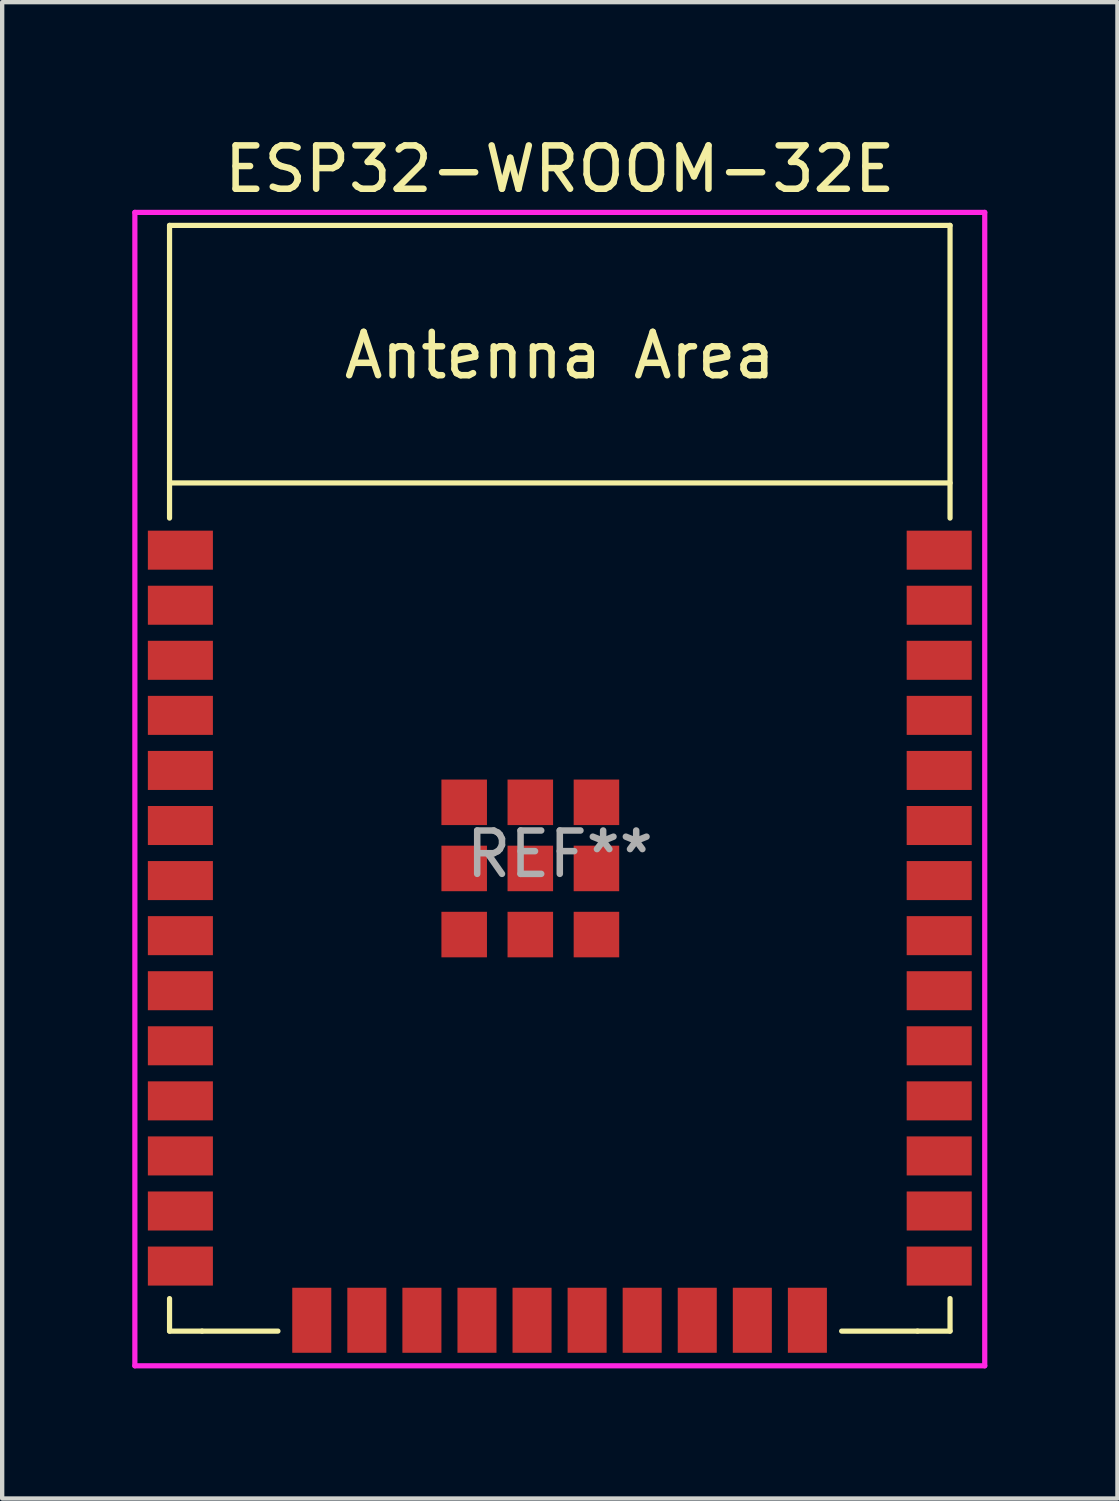
<source format=kicad_pcb>
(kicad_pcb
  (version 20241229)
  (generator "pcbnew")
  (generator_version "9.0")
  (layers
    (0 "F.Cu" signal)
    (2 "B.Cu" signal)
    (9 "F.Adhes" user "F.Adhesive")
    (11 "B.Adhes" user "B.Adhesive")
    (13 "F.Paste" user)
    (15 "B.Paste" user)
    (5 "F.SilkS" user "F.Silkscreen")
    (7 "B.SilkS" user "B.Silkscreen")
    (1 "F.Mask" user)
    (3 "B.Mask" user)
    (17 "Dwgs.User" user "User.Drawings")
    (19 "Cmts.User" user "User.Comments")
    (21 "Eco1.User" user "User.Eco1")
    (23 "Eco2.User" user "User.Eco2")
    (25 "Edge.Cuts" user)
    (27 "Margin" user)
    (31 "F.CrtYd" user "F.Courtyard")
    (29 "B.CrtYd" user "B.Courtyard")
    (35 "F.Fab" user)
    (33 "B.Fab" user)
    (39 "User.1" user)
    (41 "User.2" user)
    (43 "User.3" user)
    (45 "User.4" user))
  (footprint "ESP32-WROOM-32E"
    (layer "F.Cu")
    (at 9.86 16.648)
    (property "Reference" "ESP32-WROOM-32E" (at 0 -15.8 0) (layer "F.SilkS") (effects (font (size 1 1) (thickness 0.15))))
    (attr smd)
    (fp_line (start -9 -14.5) (end -9 -7.75) (stroke (width 0.12) (type solid)) (layer "F.SilkS"))
    (fp_line (start -9 -14.5) (end 9 -14.5) (stroke (width 0.12) (type solid)) (layer "F.SilkS"))
    (fp_line (start -9 10.25) (end -9 11) (stroke (width 0.12) (type solid)) (layer "F.SilkS"))
    (fp_line (start -9 11) (end -8.25 11) (stroke (width 0.12) (type solid)) (layer "F.SilkS"))
    (fp_line (start -8.25 11) (end -6.5 11) (stroke (width 0.12) (type solid)) (layer "F.SilkS"))
    (fp_line (start 8.25 11) (end 6.5 11) (stroke (width 0.12) (type solid)) (layer "F.SilkS"))
    (fp_line (start 9 -14.5) (end 9 -7.75) (stroke (width 0.12) (type solid)) (layer "F.SilkS"))
    (fp_line (start 9 -8.56) (end -9 -8.56) (stroke (width 0.12) (type solid)) (layer "F.SilkS"))
    (fp_line (start 9 10.25) (end 9 11) (stroke (width 0.12) (type solid)) (layer "F.SilkS"))
    (fp_line (start 9 11) (end 8.25 11) (stroke (width 0.12) (type solid)) (layer "F.SilkS"))
    (fp_line (start -9 -14.5) (end 9 -14.5) (stroke (width 0.12) (type solid)) (layer "Eco2.User"))
    (fp_line (start -9 -8.56) (end 9 -8.56) (stroke (width 0.12) (type solid)) (layer "Eco2.User"))
    (fp_line (start -9 11) (end -9 -14.5) (stroke (width 0.12) (type solid)) (layer "Eco2.User"))
    (fp_line (start 9 -14.5) (end 9 11) (stroke (width 0.12) (type solid)) (layer "Eco2.User"))
    (fp_line (start 9 11) (end -9 11) (stroke (width 0.12) (type solid)) (layer "Eco2.User"))
    (fp_line (start -9.8 -14.8) (end -9.8 11.8) (stroke (width 0.12) (type solid)) (layer "F.CrtYd"))
    (fp_line (start -9.8 11.8) (end 9.8 11.8) (stroke (width 0.12) (type solid)) (layer "F.CrtYd"))
    (fp_line (start 9.8 -14.8) (end -9.8 -14.8) (stroke (width 0.12) (type solid)) (layer "F.CrtYd"))
    (fp_line (start 9.8 -14.8) (end 9.8 11.8) (stroke (width 0.12) (type solid)) (layer "F.CrtYd"))
    (fp_text user "Antenna Area" (at 0 -11.5 0) (layer "F.SilkS") (effects (font (size 1 1) (thickness 0.15))))
    (fp_text user "Antenna Area" (at 0 -11.5 0) (layer "Eco2.User") (effects (font (size 1 1) (thickness 0.15))))
    (fp_text user "REF**" (at 0 0 0) (layer "F.Fab") (effects (font (size 1 1) (thickness 0.15))))
    (pad "1" smd rect (at -8.75 -7.01) (size 1.5 0.9) (layers "F.Cu" "F.Mask" "F.Paste"))
    (pad "2" smd rect (at -8.75 -5.74) (size 1.5 0.9) (layers "F.Cu" "F.Mask" "F.Paste"))
    (pad "3" smd rect (at -8.75 -4.47) (size 1.5 0.9) (layers "F.Cu" "F.Mask" "F.Paste"))
    (pad "4" smd rect (at -8.75 -3.2) (size 1.5 0.9) (layers "F.Cu" "F.Mask" "F.Paste"))
    (pad "5" smd rect (at -8.75 -1.93) (size 1.5 0.9) (layers "F.Cu" "F.Mask" "F.Paste"))
    (pad "6" smd rect (at -8.75 -0.66) (size 1.5 0.9) (layers "F.Cu" "F.Mask" "F.Paste"))
    (pad "7" smd rect (at -8.75 0.61) (size 1.5 0.9) (layers "F.Cu" "F.Mask" "F.Paste"))
    (pad "8" smd rect (at -8.75 1.88) (size 1.5 0.9) (layers "F.Cu" "F.Mask" "F.Paste"))
    (pad "9" smd rect (at -8.75 3.15) (size 1.5 0.9) (layers "F.Cu" "F.Mask" "F.Paste"))
    (pad "10" smd rect (at -8.75 4.42) (size 1.5 0.9) (layers "F.Cu" "F.Mask" "F.Paste"))
    (pad "11" smd rect (at -8.75 5.69) (size 1.5 0.9) (layers "F.Cu" "F.Mask" "F.Paste"))
    (pad "12" smd rect (at -8.75 6.96) (size 1.5 0.9) (layers "F.Cu" "F.Mask" "F.Paste"))
    (pad "13" smd rect (at -8.75 8.23) (size 1.5 0.9) (layers "F.Cu" "F.Mask" "F.Paste"))
    (pad "14" smd rect (at -8.75 9.5) (size 1.5 0.9) (layers "F.Cu" "F.Mask" "F.Paste"))
    (pad "15" smd rect (at -5.72 10.75 90) (size 1.5 0.9) (layers "F.Cu" "F.Mask" "F.Paste"))
    (pad "16" smd rect (at -4.45 10.75 90) (size 1.5 0.9) (layers "F.Cu" "F.Mask" "F.Paste"))
    (pad "17" smd rect (at -3.18 10.75 90) (size 1.5 0.9) (layers "F.Cu" "F.Mask" "F.Paste"))
    (pad "18" smd rect (at -1.91 10.75 90) (size 1.5 0.9) (layers "F.Cu" "F.Mask" "F.Paste"))
    (pad "19" smd rect (at -0.64 10.75 90) (size 1.5 0.9) (layers "F.Cu" "F.Mask" "F.Paste"))
    (pad "20" smd rect (at 0.63 10.75 90) (size 1.5 0.9) (layers "F.Cu" "F.Mask" "F.Paste"))
    (pad "21" smd rect (at 1.9 10.75 90) (size 1.5 0.9) (layers "F.Cu" "F.Mask" "F.Paste"))
    (pad "22" smd rect (at 3.17 10.75 90) (size 1.5 0.9) (layers "F.Cu" "F.Mask" "F.Paste"))
    (pad "23" smd rect (at 4.44 10.75 90) (size 1.5 0.9) (layers "F.Cu" "F.Mask" "F.Paste"))
    (pad "24" smd rect (at 5.71 10.75 90) (size 1.5 0.9) (layers "F.Cu" "F.Mask" "F.Paste"))
    (pad "25" smd rect (at 8.75 9.5 180) (size 1.5 0.9) (layers "F.Cu" "F.Mask" "F.Paste"))
    (pad "26" smd rect (at 8.75 8.23 180) (size 1.5 0.9) (layers "F.Cu" "F.Mask" "F.Paste"))
    (pad "27" smd rect (at 8.75 6.96 180) (size 1.5 0.9) (layers "F.Cu" "F.Mask" "F.Paste"))
    (pad "28" smd rect (at 8.75 5.69 180) (size 1.5 0.9) (layers "F.Cu" "F.Mask" "F.Paste"))
    (pad "29" smd rect (at 8.75 4.42 180) (size 1.5 0.9) (layers "F.Cu" "F.Mask" "F.Paste"))
    (pad "30" smd rect (at 8.75 3.15 180) (size 1.5 0.9) (layers "F.Cu" "F.Mask" "F.Paste"))
    (pad "31" smd rect (at 8.75 1.88 180) (size 1.5 0.9) (layers "F.Cu" "F.Mask" "F.Paste"))
    (pad "32" smd rect (at 8.75 0.61 180) (size 1.5 0.9) (layers "F.Cu" "F.Mask" "F.Paste"))
    (pad "33" smd rect (at 8.75 -0.66 180) (size 1.5 0.9) (layers "F.Cu" "F.Mask" "F.Paste"))
    (pad "34" smd rect (at 8.75 -1.93 180) (size 1.5 0.9) (layers "F.Cu" "F.Mask" "F.Paste"))
    (pad "35" smd rect (at 8.75 -3.2 180) (size 1.5 0.9) (layers "F.Cu" "F.Mask" "F.Paste"))
    (pad "36" smd rect (at 8.75 -4.47 180) (size 1.5 0.9) (layers "F.Cu" "F.Mask" "F.Paste"))
    (pad "37" smd rect (at 8.75 -5.74 180) (size 1.5 0.9) (layers "F.Cu" "F.Mask" "F.Paste"))
    (pad "38" smd rect (at 8.75 -7.01 180) (size 1.5 0.9) (layers "F.Cu" "F.Mask" "F.Paste"))
    (pad "39" smd rect (at -2.205 -1.195 180) (size 1.05 1.05) (layers "F.Cu" "F.Mask" "F.Paste"))
    (pad "39" smd rect (at -2.205 0.33 180) (size 1.05 1.05) (layers "F.Cu" "F.Mask" "F.Paste"))
    (pad "39" smd rect (at -2.205 1.855 180) (size 1.05 1.05) (layers "F.Cu" "F.Mask" "F.Paste"))
    (pad "39" smd rect (at -0.68 -1.195 180) (size 1.05 1.05) (layers "F.Cu" "F.Mask" "F.Paste"))
    (pad "39" smd rect (at -0.68 0.33 180) (size 1.05 1.05) (layers "F.Cu" "F.Mask" "F.Paste"))
    (pad "39" smd rect (at -0.68 1.855 180) (size 1.05 1.05) (layers "F.Cu" "F.Mask" "F.Paste"))
    (pad "39" smd rect (at 0.845 -1.195 180) (size 1.05 1.05) (layers "F.Cu" "F.Mask" "F.Paste"))
    (pad "39" smd rect (at 0.845 0.33 180) (size 1.05 1.05) (layers "F.Cu" "F.Mask" "F.Paste"))
    (pad "39" smd rect (at 0.845 1.855 180) (size 1.05 1.05) (layers "F.Cu" "F.Mask" "F.Paste")))
  (gr_rect
    (start -3 -3)
    (end 22.72 31.508)
    (stroke (width 0.1) (type default))
    (fill no)
    (layer "Edge.Cuts")))
</source>
